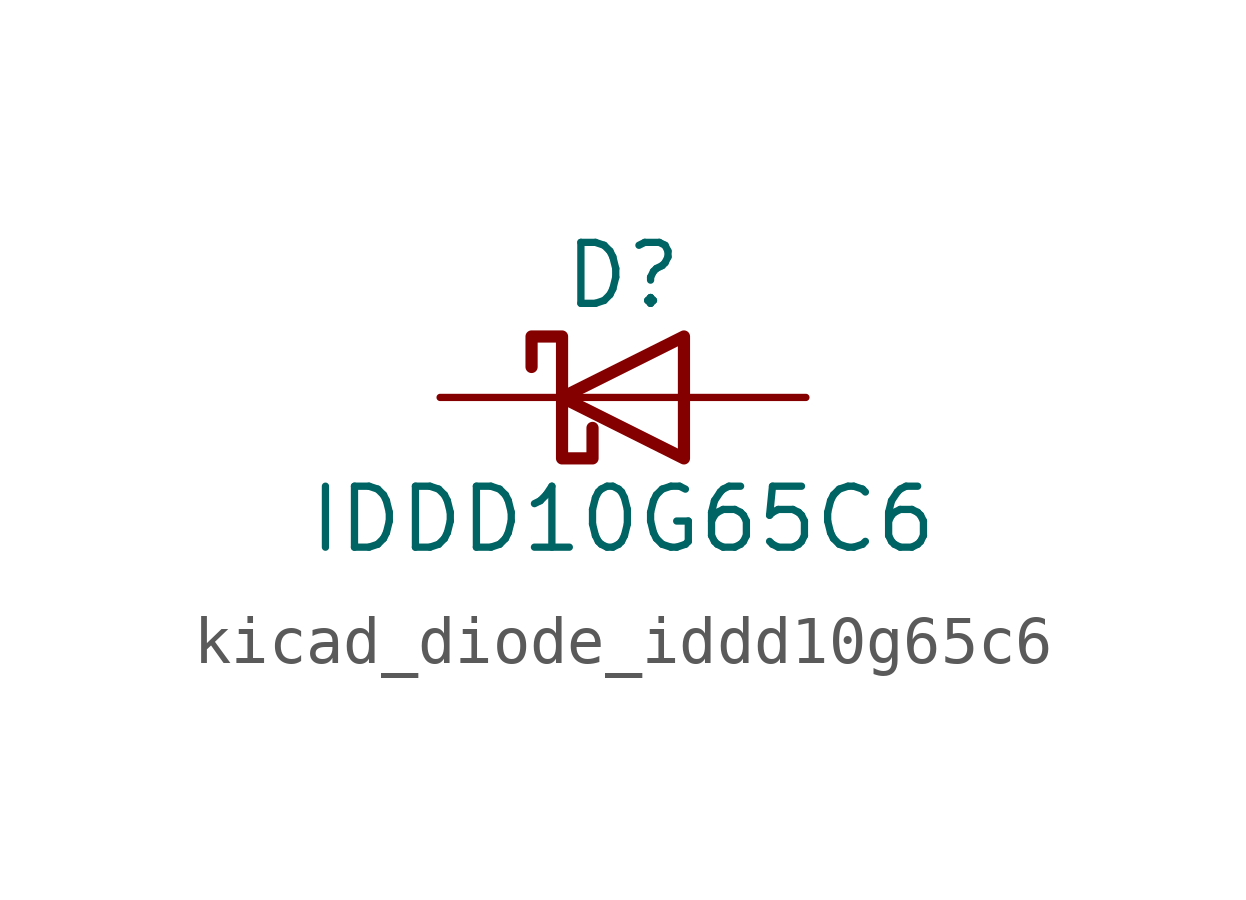
<source format=kicad_sym>
(kicad_symbol_lib
  (version 20220914)
  (generator kicad_symbol_editor)
  (symbol "kicad_diode_iddd10g65c6"
    (pin_numbers hide)
    (pin_names
      (offset 1.016) hide)
    (property "Reference" "D"
      (at 0 2.54 0)
      (effects (font (size 1.27 1.27))))
    (property "Value" "IDDD10G65C6"
      (at 0 -2.54 0)
      (effects (font (size 1.27 1.27))))
    (symbol "kicad_diode_iddd10g65c6_0_1"
      (polyline (pts (xy 1.27 0) (xy -1.27 0)) (stroke (width 0) (type default)) (fill (type none)))
      (polyline (pts (xy 1.27 1.27) (xy 1.27 -1.27) (xy -1.27 0) (xy 1.27 1.27)) (stroke (width 0.254) (type default)) (fill (type none)))
      (polyline (pts (xy -1.905 0.635) (xy -1.905 1.27) (xy -1.27 1.27) (xy -1.27 -1.27) (xy -0.635 -1.27) (xy -0.635 -0.635)) (stroke (width 0.254) (type default)) (fill (type none))))
    (symbol "kicad_diode_iddd10g65c6_1_1"
      (pin no_connect line (at 1.27 -1.27 180) (length 2.54) hide (name "NC" (effects (font (size 1.27 1.27)))) (number "1" (effects (font (size 1.27 1.27)))))
      (pin passive line (at -3.81 0 0) (length 2.54) hide (name "K" (effects (font (size 1.27 1.27)))) (number "10" (effects (font (size 1.27 1.27)))))
      (pin no_connect line (at 1.27 1.27 180) (length 2.54) hide (name "NC" (effects (font (size 1.27 1.27)))) (number "2" (effects (font (size 1.27 1.27)))))
      (pin passive line (at 3.81 0 180) (length 2.54) (name "A" (effects (font (size 1.27 1.27)))) (number "3" (effects (font (size 1.27 1.27)))))
      (pin passive line (at 3.81 0 180) (length 2.54) hide (name "A" (effects (font (size 1.27 1.27)))) (number "4" (effects (font (size 1.27 1.27)))))
      (pin passive line (at 3.81 0 180) (length 2.54) hide (name "A" (effects (font (size 1.27 1.27)))) (number "5" (effects (font (size 1.27 1.27)))))
      (pin passive line (at -3.81 0 0) (length 2.54) (name "K" (effects (font (size 1.27 1.27)))) (number "6" (effects (font (size 1.27 1.27)))))
      (pin passive line (at -3.81 0 0) (length 2.54) hide (name "K" (effects (font (size 1.27 1.27)))) (number "7" (effects (font (size 1.27 1.27)))))
      (pin passive line (at -3.81 0 0) (length 2.54) hide (name "K" (effects (font (size 1.27 1.27)))) (number "8" (effects (font (size 1.27 1.27)))))
      (pin passive line (at -3.81 0 0) (length 2.54) hide (name "K" (effects (font (size 1.27 1.27)))) (number "9" (effects (font (size 1.27 1.27))))))))
</source>
